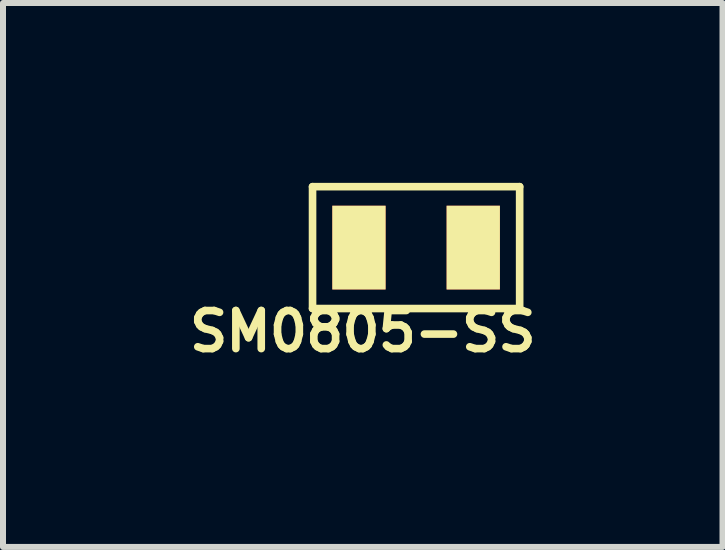
<source format=kicad_pcb>
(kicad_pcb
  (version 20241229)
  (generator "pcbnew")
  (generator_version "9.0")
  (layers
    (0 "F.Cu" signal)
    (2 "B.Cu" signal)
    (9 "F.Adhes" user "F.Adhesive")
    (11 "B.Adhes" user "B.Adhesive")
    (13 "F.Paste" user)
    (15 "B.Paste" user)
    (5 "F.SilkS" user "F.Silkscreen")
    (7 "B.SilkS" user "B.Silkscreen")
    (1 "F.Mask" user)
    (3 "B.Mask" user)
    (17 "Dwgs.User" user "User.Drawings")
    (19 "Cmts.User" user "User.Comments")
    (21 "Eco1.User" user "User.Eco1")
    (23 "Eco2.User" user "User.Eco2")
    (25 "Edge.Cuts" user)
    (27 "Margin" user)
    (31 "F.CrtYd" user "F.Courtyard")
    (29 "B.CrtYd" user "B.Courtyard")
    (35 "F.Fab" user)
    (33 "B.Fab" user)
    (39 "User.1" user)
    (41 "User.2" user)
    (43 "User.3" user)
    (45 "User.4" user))
  (footprint "SM0805-SS"
    (layer "F.Cu")
    (at 3.889 1.079)
    (property "Reference" "SM0805-SS" (at -0.889 1.397 0) (layer "F.SilkS") (effects (font (size 0.635 0.635) (thickness 0.127))))
    (attr smd)
    (fp_line (start -1.727 -1.016) (end 1.727 -1.016) (stroke (width 0.127) (type solid)) (layer "F.SilkS"))
    (fp_line (start -1.727 1.016) (end -1.727 -1.016) (stroke (width 0.127) (type solid)) (layer "F.SilkS"))
    (fp_line (start 1.727 -1.016) (end 1.727 1.016) (stroke (width 0.127) (type solid)) (layer "F.SilkS"))
    (fp_line (start 1.727 1.016) (end -1.727 1.016) (stroke (width 0.127) (type solid)) (layer "F.SilkS"))
    (pad "1" smd rect (at 0.953 0) (size 0.889 1.397) (layers "F.Cu" "F.Mask" "F.SilkS" "F.Paste"))
    (pad "2" smd rect (at -0.953 0) (size 0.889 1.397) (layers "F.Cu" "F.Mask" "F.SilkS" "F.Paste")))
  (gr_rect
    (start -3 -3)
    (end 8.999 6.071)
    (stroke (width 0.1) (type default))
    (fill no)
    (layer "Edge.Cuts")))
</source>
